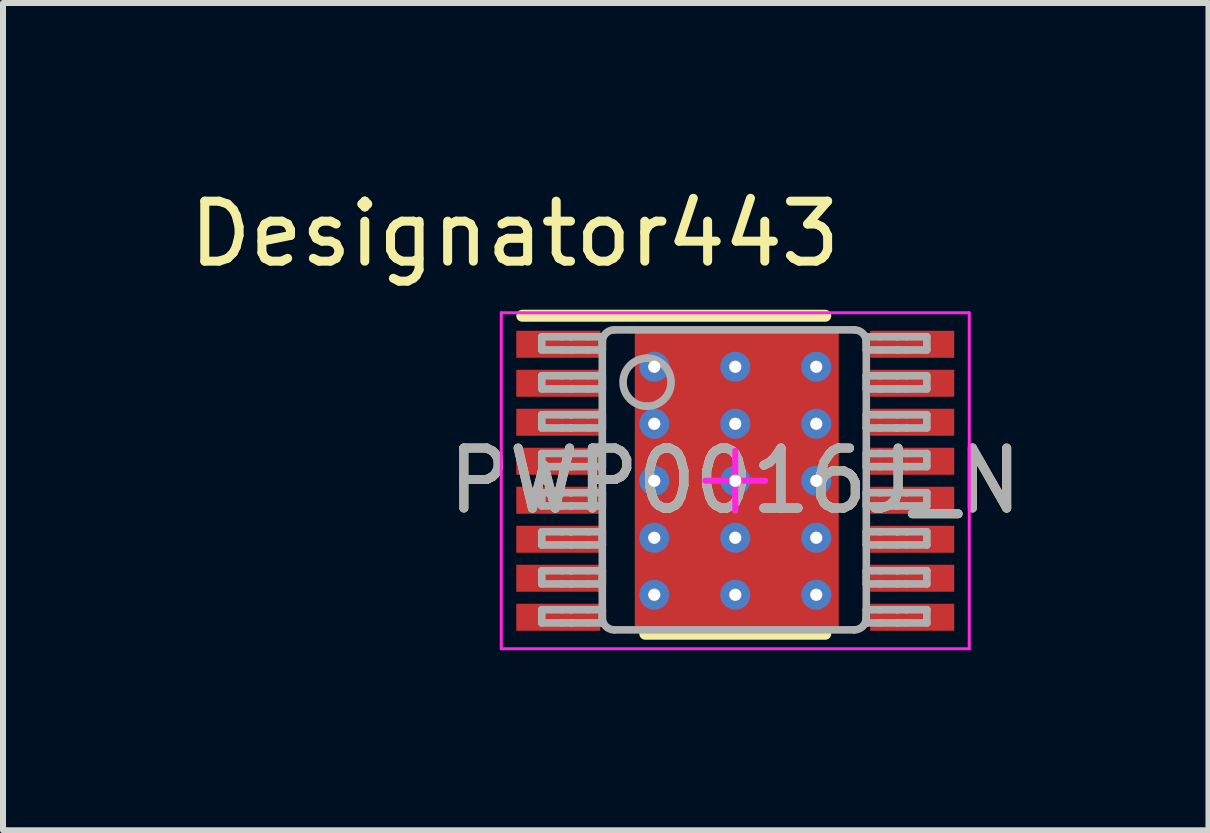
<source format=kicad_pcb>
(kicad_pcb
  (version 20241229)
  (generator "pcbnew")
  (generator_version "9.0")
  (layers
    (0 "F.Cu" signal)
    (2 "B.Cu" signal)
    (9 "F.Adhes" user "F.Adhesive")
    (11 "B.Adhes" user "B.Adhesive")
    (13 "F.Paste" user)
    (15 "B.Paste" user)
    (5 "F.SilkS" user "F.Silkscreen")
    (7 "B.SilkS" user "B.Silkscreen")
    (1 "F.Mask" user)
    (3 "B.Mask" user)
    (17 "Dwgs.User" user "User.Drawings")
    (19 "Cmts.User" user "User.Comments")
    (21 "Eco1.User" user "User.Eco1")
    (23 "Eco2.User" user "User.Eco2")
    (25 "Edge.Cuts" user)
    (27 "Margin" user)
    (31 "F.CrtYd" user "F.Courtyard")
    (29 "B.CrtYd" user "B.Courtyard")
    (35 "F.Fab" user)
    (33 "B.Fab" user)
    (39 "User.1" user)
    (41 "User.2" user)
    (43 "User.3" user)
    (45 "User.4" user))
  (footprint "PWP0016J_N"
    (layer "F.Cu")
    (at 9.205 4.963)
    (property "Reference" "PWP0016J_N" (at 0 0 0) (unlocked yes) (layer "F.SilkS") (effects (font (size 1 1) (thickness 0.15))))
    (attr smd)
    (fp_poly (pts (xy -1.23 1.726) (xy -1.23 -1.726) (xy -1.229 -1.735) (xy -1.226 -1.745) (xy -1.222 -1.753) (xy -1.216 -1.761) (xy -1.208 -1.767) (xy -1.2 -1.771) (xy -1.19 -1.774) (xy -1.181 -1.775) (xy 1.181 -1.775) (xy 1.19 -1.774) (xy 1.2 -1.771) (xy 1.208 -1.767) (xy 1.216 -1.761) (xy 1.222 -1.753) (xy 1.226 -1.745) (xy 1.229 -1.735) (xy 1.23 -1.726) (xy 1.23 1.726) (xy 1.229 1.735) (xy 1.226 1.745) (xy 1.222 1.753) (xy 1.216 1.761) (xy 1.208 1.767) (xy 1.2 1.771) (xy 1.19 1.774) (xy 1.181 1.775) (xy -1.181 1.775) (xy -1.19 1.774) (xy -1.2 1.771) (xy -1.208 1.767) (xy -1.216 1.761) (xy -1.222 1.753) (xy -1.226 1.745) (xy -1.229 1.735)) (stroke (width 0) (type solid)) (fill yes) (layer "F.Mask"))
    (fp_line (start -3.55 -2.75) (end 1.5 -2.75) (stroke (width 0.2) (type solid)) (layer "F.SilkS"))
    (fp_line (start -1.5 2.55) (end 1.5 2.55) (stroke (width 0.2) (type solid)) (layer "F.SilkS"))
    (fp_poly (pts (xy -1.23 1.726) (xy -1.23 -1.726) (xy -1.229 -1.735) (xy -1.226 -1.745) (xy -1.222 -1.753) (xy -1.216 -1.761) (xy -1.208 -1.767) (xy -1.2 -1.771) (xy -1.19 -1.774) (xy -1.181 -1.775) (xy 1.181 -1.775) (xy 1.19 -1.774) (xy 1.2 -1.771) (xy 1.208 -1.767) (xy 1.216 -1.761) (xy 1.222 -1.753) (xy 1.226 -1.745) (xy 1.229 -1.735) (xy 1.23 -1.726) (xy 1.23 1.726) (xy 1.229 1.735) (xy 1.226 1.745) (xy 1.222 1.753) (xy 1.216 1.761) (xy 1.208 1.767) (xy 1.2 1.771) (xy 1.19 1.774) (xy 1.181 1.775) (xy -1.181 1.775) (xy -1.19 1.774) (xy -1.2 1.771) (xy -1.208 1.767) (xy -1.216 1.761) (xy -1.222 1.753) (xy -1.226 1.745) (xy -1.229 1.735)) (stroke (width 0) (type solid)) (fill yes) (layer "F.Paste"))
    (fp_line (start -3.9 -2.8) (end 3.9 -2.8) (stroke (width 0.05) (type solid)) (layer "F.CrtYd"))
    (fp_line (start -3.9 2.8) (end -3.9 -2.8) (stroke (width 0.05) (type solid)) (layer "F.CrtYd"))
    (fp_line (start -3.9 2.8) (end 3.9 2.8) (stroke (width 0.05) (type solid)) (layer "F.CrtYd"))
    (fp_line (start -0.5 0) (end 0.5 0) (stroke (width 0.1) (type solid)) (layer "F.CrtYd"))
    (fp_line (start -0.000003 0.5) (end -0.000003 -0.5) (stroke (width 0.1) (type solid)) (layer "F.CrtYd"))
    (fp_line (start 3.9 2.8) (end 3.9 -2.8) (stroke (width 0.05) (type solid)) (layer "F.CrtYd"))
    (fp_line (start -3.225 -2.4) (end -2.887 -2.4) (stroke (width 0.127) (type solid)) (layer "F.Fab"))
    (fp_line (start -3.225 -2.18) (end -3.225 -2.4) (stroke (width 0.127) (type solid)) (layer "F.Fab"))
    (fp_line (start -3.225 -2.18) (end -2.887 -2.18) (stroke (width 0.127) (type solid)) (layer "F.Fab"))
    (fp_line (start -3.225 -1.75) (end -2.887 -1.75) (stroke (width 0.127) (type solid)) (layer "F.Fab"))
    (fp_line (start -3.225 -1.53) (end -3.225 -1.75) (stroke (width 0.127) (type solid)) (layer "F.Fab"))
    (fp_line (start -3.225 -1.53) (end -2.887 -1.53) (stroke (width 0.127) (type solid)) (layer "F.Fab"))
    (fp_line (start -3.225 -1.1) (end -2.887 -1.1) (stroke (width 0.127) (type solid)) (layer "F.Fab"))
    (fp_line (start -3.225 -0.88) (end -3.225 -1.1) (stroke (width 0.127) (type solid)) (layer "F.Fab"))
    (fp_line (start -3.225 -0.88) (end -2.887 -0.88) (stroke (width 0.127) (type solid)) (layer "F.Fab"))
    (fp_line (start -3.225 -0.455) (end -2.887 -0.455) (stroke (width 0.127) (type solid)) (layer "F.Fab"))
    (fp_line (start -3.225 -0.235) (end -3.225 -0.455) (stroke (width 0.127) (type solid)) (layer "F.Fab"))
    (fp_line (start -3.225 -0.235) (end -2.887 -0.235) (stroke (width 0.127) (type solid)) (layer "F.Fab"))
    (fp_line (start -3.225 0.2) (end -2.887 0.2) (stroke (width 0.127) (type solid)) (layer "F.Fab"))
    (fp_line (start -3.225 0.42) (end -3.225 0.2) (stroke (width 0.127) (type solid)) (layer "F.Fab"))
    (fp_line (start -3.225 0.42) (end -2.887 0.42) (stroke (width 0.127) (type solid)) (layer "F.Fab"))
    (fp_line (start -3.225 0.85) (end -2.887 0.85) (stroke (width 0.127) (type solid)) (layer "F.Fab"))
    (fp_line (start -3.225 1.07) (end -3.225 0.85) (stroke (width 0.127) (type solid)) (layer "F.Fab"))
    (fp_line (start -3.225 1.07) (end -2.887 1.07) (stroke (width 0.127) (type solid)) (layer "F.Fab"))
    (fp_line (start -3.225 1.5) (end -2.887 1.5) (stroke (width 0.127) (type solid)) (layer "F.Fab"))
    (fp_line (start -3.225 1.72) (end -3.225 1.5) (stroke (width 0.127) (type solid)) (layer "F.Fab"))
    (fp_line (start -3.225 1.72) (end -2.887 1.72) (stroke (width 0.127) (type solid)) (layer "F.Fab"))
    (fp_line (start -3.225 2.15) (end -2.887 2.15) (stroke (width 0.127) (type solid)) (layer "F.Fab"))
    (fp_line (start -3.225 2.37) (end -3.225 2.15) (stroke (width 0.127) (type solid)) (layer "F.Fab"))
    (fp_line (start -3.225 2.37) (end -2.887 2.37) (stroke (width 0.127) (type solid)) (layer "F.Fab"))
    (fp_line (start -2.887 -2.4) (end -2.739 -2.4) (stroke (width 0.127) (type solid)) (layer "F.Fab"))
    (fp_line (start -2.887 -2.18) (end -2.739 -2.18) (stroke (width 0.127) (type solid)) (layer "F.Fab"))
    (fp_line (start -2.887 -1.75) (end -2.739 -1.75) (stroke (width 0.127) (type solid)) (layer "F.Fab"))
    (fp_line (start -2.887 -1.53) (end -2.739 -1.53) (stroke (width 0.127) (type solid)) (layer "F.Fab"))
    (fp_line (start -2.887 -1.1) (end -2.739 -1.1) (stroke (width 0.127) (type solid)) (layer "F.Fab"))
    (fp_line (start -2.887 -0.88) (end -2.739 -0.88) (stroke (width 0.127) (type solid)) (layer "F.Fab"))
    (fp_line (start -2.887 -0.455) (end -2.739 -0.455) (stroke (width 0.127) (type solid)) (layer "F.Fab"))
    (fp_line (start -2.887 -0.235) (end -2.739 -0.235) (stroke (width 0.127) (type solid)) (layer "F.Fab"))
    (fp_line (start -2.887 0.2) (end -2.739 0.2) (stroke (width 0.127) (type solid)) (layer "F.Fab"))
    (fp_line (start -2.887 0.42) (end -2.739 0.42) (stroke (width 0.127) (type solid)) (layer "F.Fab"))
    (fp_line (start -2.887 0.85) (end -2.739 0.85) (stroke (width 0.127) (type solid)) (layer "F.Fab"))
    (fp_line (start -2.887 1.07) (end -2.739 1.07) (stroke (width 0.127) (type solid)) (layer "F.Fab"))
    (fp_line (start -2.887 1.5) (end -2.739 1.5) (stroke (width 0.127) (type solid)) (layer "F.Fab"))
    (fp_line (start -2.887 1.72) (end -2.739 1.72) (stroke (width 0.127) (type solid)) (layer "F.Fab"))
    (fp_line (start -2.887 2.15) (end -2.739 2.15) (stroke (width 0.127) (type solid)) (layer "F.Fab"))
    (fp_line (start -2.887 2.37) (end -2.739 2.37) (stroke (width 0.127) (type solid)) (layer "F.Fab"))
    (fp_line (start -2.739 -2.4) (end -2.73 -2.4) (stroke (width 0.127) (type solid)) (layer "F.Fab"))
    (fp_line (start -2.739 -2.18) (end -2.73 -2.18) (stroke (width 0.127) (type solid)) (layer "F.Fab"))
    (fp_line (start -2.739 -1.75) (end -2.73 -1.75) (stroke (width 0.127) (type solid)) (layer "F.Fab"))
    (fp_line (start -2.739 -1.53) (end -2.73 -1.53) (stroke (width 0.127) (type solid)) (layer "F.Fab"))
    (fp_line (start -2.739 -1.1) (end -2.73 -1.1) (stroke (width 0.127) (type solid)) (layer "F.Fab"))
    (fp_line (start -2.739 -0.88) (end -2.73 -0.88) (stroke (width 0.127) (type solid)) (layer "F.Fab"))
    (fp_line (start -2.739 -0.455) (end -2.73 -0.455) (stroke (width 0.127) (type solid)) (layer "F.Fab"))
    (fp_line (start -2.739 -0.235) (end -2.73 -0.235) (stroke (width 0.127) (type solid)) (layer "F.Fab"))
    (fp_line (start -2.739 0.2) (end -2.73 0.2) (stroke (width 0.127) (type solid)) (layer "F.Fab"))
    (fp_line (start -2.739 0.42) (end -2.73 0.42) (stroke (width 0.127) (type solid)) (layer "F.Fab"))
    (fp_line (start -2.739 0.85) (end -2.73 0.85) (stroke (width 0.127) (type solid)) (layer "F.Fab"))
    (fp_line (start -2.739 1.07) (end -2.73 1.07) (stroke (width 0.127) (type solid)) (layer "F.Fab"))
    (fp_line (start -2.739 1.5) (end -2.73 1.5) (stroke (width 0.127) (type solid)) (layer "F.Fab"))
    (fp_line (start -2.739 1.72) (end -2.73 1.72) (stroke (width 0.127) (type solid)) (layer "F.Fab"))
    (fp_line (start -2.739 2.15) (end -2.73 2.15) (stroke (width 0.127) (type solid)) (layer "F.Fab"))
    (fp_line (start -2.739 2.37) (end -2.73 2.37) (stroke (width 0.127) (type solid)) (layer "F.Fab"))
    (fp_line (start -2.73 -2.4) (end -2.446 -2.4) (stroke (width 0.127) (type solid)) (layer "F.Fab"))
    (fp_line (start -2.73 -2.18) (end -2.446 -2.18) (stroke (width 0.127) (type solid)) (layer "F.Fab"))
    (fp_line (start -2.73 -1.75) (end -2.446 -1.75) (stroke (width 0.127) (type solid)) (layer "F.Fab"))
    (fp_line (start -2.73 -1.53) (end -2.446 -1.53) (stroke (width 0.127) (type solid)) (layer "F.Fab"))
    (fp_line (start -2.73 -1.1) (end -2.446 -1.1) (stroke (width 0.127) (type solid)) (layer "F.Fab"))
    (fp_line (start -2.73 -0.88) (end -2.446 -0.88) (stroke (width 0.127) (type solid)) (layer "F.Fab"))
    (fp_line (start -2.73 -0.455) (end -2.446 -0.455) (stroke (width 0.127) (type solid)) (layer "F.Fab"))
    (fp_line (start -2.73 -0.235) (end -2.446 -0.235) (stroke (width 0.127) (type solid)) (layer "F.Fab"))
    (fp_line (start -2.73 0.2) (end -2.446 0.2) (stroke (width 0.127) (type solid)) (layer "F.Fab"))
    (fp_line (start -2.73 0.42) (end -2.446 0.42) (stroke (width 0.127) (type solid)) (layer "F.Fab"))
    (fp_line (start -2.73 0.85) (end -2.446 0.85) (stroke (width 0.127) (type solid)) (layer "F.Fab"))
    (fp_line (start -2.73 1.07) (end -2.446 1.07) (stroke (width 0.127) (type solid)) (layer "F.Fab"))
    (fp_line (start -2.73 1.5) (end -2.446 1.5) (stroke (width 0.127) (type solid)) (layer "F.Fab"))
    (fp_line (start -2.73 1.72) (end -2.446 1.72) (stroke (width 0.127) (type solid)) (layer "F.Fab"))
    (fp_line (start -2.73 2.15) (end -2.446 2.15) (stroke (width 0.127) (type solid)) (layer "F.Fab"))
    (fp_line (start -2.73 2.37) (end -2.446 2.37) (stroke (width 0.127) (type solid)) (layer "F.Fab"))
    (fp_line (start -2.446 -2.4) (end -2.216 -2.4) (stroke (width 0.127) (type solid)) (layer "F.Fab"))
    (fp_line (start -2.446 -2.18) (end -2.216 -2.18) (stroke (width 0.127) (type solid)) (layer "F.Fab"))
    (fp_line (start -2.446 -1.75) (end -2.216 -1.75) (stroke (width 0.127) (type solid)) (layer "F.Fab"))
    (fp_line (start -2.446 -1.53) (end -2.216 -1.53) (stroke (width 0.127) (type solid)) (layer "F.Fab"))
    (fp_line (start -2.446 -1.1) (end -2.216 -1.1) (stroke (width 0.127) (type solid)) (layer "F.Fab"))
    (fp_line (start -2.446 -0.88) (end -2.216 -0.88) (stroke (width 0.127) (type solid)) (layer "F.Fab"))
    (fp_line (start -2.446 -0.455) (end -2.216 -0.455) (stroke (width 0.127) (type solid)) (layer "F.Fab"))
    (fp_line (start -2.446 -0.235) (end -2.216 -0.235) (stroke (width 0.127) (type solid)) (layer "F.Fab"))
    (fp_line (start -2.446 0.2) (end -2.216 0.2) (stroke (width 0.127) (type solid)) (layer "F.Fab"))
    (fp_line (start -2.446 0.42) (end -2.216 0.42) (stroke (width 0.127) (type solid)) (layer "F.Fab"))
    (fp_line (start -2.446 0.85) (end -2.216 0.85) (stroke (width 0.127) (type solid)) (layer "F.Fab"))
    (fp_line (start -2.446 1.07) (end -2.216 1.07) (stroke (width 0.127) (type solid)) (layer "F.Fab"))
    (fp_line (start -2.446 1.5) (end -2.216 1.5) (stroke (width 0.127) (type solid)) (layer "F.Fab"))
    (fp_line (start -2.446 1.72) (end -2.216 1.72) (stroke (width 0.127) (type solid)) (layer "F.Fab"))
    (fp_line (start -2.446 2.15) (end -2.216 2.15) (stroke (width 0.127) (type solid)) (layer "F.Fab"))
    (fp_line (start -2.446 2.37) (end -2.216 2.37) (stroke (width 0.127) (type solid)) (layer "F.Fab"))
    (fp_line (start -2.216 -2.18) (end -2.216 -2.4) (stroke (width 0.127) (type solid)) (layer "F.Fab"))
    (fp_line (start -2.216 -1.53) (end -2.216 -1.75) (stroke (width 0.127) (type solid)) (layer "F.Fab"))
    (fp_line (start -2.216 -0.88) (end -2.216 -1.1) (stroke (width 0.127) (type solid)) (layer "F.Fab"))
    (fp_line (start -2.216 -0.235) (end -2.216 -0.455) (stroke (width 0.127) (type solid)) (layer "F.Fab"))
    (fp_line (start -2.216 0.42) (end -2.216 0.2) (stroke (width 0.127) (type solid)) (layer "F.Fab"))
    (fp_line (start -2.216 1.07) (end -2.216 0.85) (stroke (width 0.127) (type solid)) (layer "F.Fab"))
    (fp_line (start -2.216 1.72) (end -2.216 1.5) (stroke (width 0.127) (type solid)) (layer "F.Fab"))
    (fp_line (start -2.216 2.285) (end -2.216 -2.315) (stroke (width 0.127) (type solid)) (layer "F.Fab"))
    (fp_line (start -2.216 2.37) (end -2.216 2.15) (stroke (width 0.127) (type solid)) (layer "F.Fab"))
    (fp_line (start -2.016 -2.515) (end 1.984 -2.515) (stroke (width 0.127) (type solid)) (layer "F.Fab"))
    (fp_line (start -2.016 2.485) (end 1.984 2.485) (stroke (width 0.127) (type solid)) (layer "F.Fab"))
    (fp_line (start 2.184 -2.4) (end 2.413 -2.4) (stroke (width 0.127) (type solid)) (layer "F.Fab"))
    (fp_line (start 2.184 -2.18) (end 2.184 -2.4) (stroke (width 0.127) (type solid)) (layer "F.Fab"))
    (fp_line (start 2.184 -2.18) (end 2.413 -2.18) (stroke (width 0.127) (type solid)) (layer "F.Fab"))
    (fp_line (start 2.184 -1.75) (end 2.413 -1.75) (stroke (width 0.127) (type solid)) (layer "F.Fab"))
    (fp_line (start 2.184 -1.53) (end 2.184 -1.75) (stroke (width 0.127) (type solid)) (layer "F.Fab"))
    (fp_line (start 2.184 -1.53) (end 2.413 -1.53) (stroke (width 0.127) (type solid)) (layer "F.Fab"))
    (fp_line (start 2.184 -1.1) (end 2.413 -1.1) (stroke (width 0.127) (type solid)) (layer "F.Fab"))
    (fp_line (start 2.184 -0.88) (end 2.184 -1.1) (stroke (width 0.127) (type solid)) (layer "F.Fab"))
    (fp_line (start 2.184 -0.88) (end 2.413 -0.88) (stroke (width 0.127) (type solid)) (layer "F.Fab"))
    (fp_line (start 2.184 -0.455) (end 2.413 -0.455) (stroke (width 0.127) (type solid)) (layer "F.Fab"))
    (fp_line (start 2.184 -0.235) (end 2.184 -0.455) (stroke (width 0.127) (type solid)) (layer "F.Fab"))
    (fp_line (start 2.184 -0.235) (end 2.413 -0.235) (stroke (width 0.127) (type solid)) (layer "F.Fab"))
    (fp_line (start 2.184 0.2) (end 2.413 0.2) (stroke (width 0.127) (type solid)) (layer "F.Fab"))
    (fp_line (start 2.184 0.42) (end 2.184 0.2) (stroke (width 0.127) (type solid)) (layer "F.Fab"))
    (fp_line (start 2.184 0.42) (end 2.413 0.42) (stroke (width 0.127) (type solid)) (layer "F.Fab"))
    (fp_line (start 2.184 0.85) (end 2.413 0.85) (stroke (width 0.127) (type solid)) (layer "F.Fab"))
    (fp_line (start 2.184 1.07) (end 2.184 0.85) (stroke (width 0.127) (type solid)) (layer "F.Fab"))
    (fp_line (start 2.184 1.07) (end 2.413 1.07) (stroke (width 0.127) (type solid)) (layer "F.Fab"))
    (fp_line (start 2.184 1.5) (end 2.413 1.5) (stroke (width 0.127) (type solid)) (layer "F.Fab"))
    (fp_line (start 2.184 1.72) (end 2.184 1.5) (stroke (width 0.127) (type solid)) (layer "F.Fab"))
    (fp_line (start 2.184 1.72) (end 2.413 1.72) (stroke (width 0.127) (type solid)) (layer "F.Fab"))
    (fp_line (start 2.184 2.15) (end 2.413 2.15) (stroke (width 0.127) (type solid)) (layer "F.Fab"))
    (fp_line (start 2.184 2.285) (end 2.184 -2.315) (stroke (width 0.127) (type solid)) (layer "F.Fab"))
    (fp_line (start 2.184 2.37) (end 2.184 2.15) (stroke (width 0.127) (type solid)) (layer "F.Fab"))
    (fp_line (start 2.184 2.37) (end 2.413 2.37) (stroke (width 0.127) (type solid)) (layer "F.Fab"))
    (fp_line (start 2.413 -2.4) (end 2.698 -2.4) (stroke (width 0.127) (type solid)) (layer "F.Fab"))
    (fp_line (start 2.413 -2.18) (end 2.698 -2.18) (stroke (width 0.127) (type solid)) (layer "F.Fab"))
    (fp_line (start 2.413 -1.75) (end 2.698 -1.75) (stroke (width 0.127) (type solid)) (layer "F.Fab"))
    (fp_line (start 2.413 -1.53) (end 2.698 -1.53) (stroke (width 0.127) (type solid)) (layer "F.Fab"))
    (fp_line (start 2.413 -1.1) (end 2.698 -1.1) (stroke (width 0.127) (type solid)) (layer "F.Fab"))
    (fp_line (start 2.413 -0.88) (end 2.698 -0.88) (stroke (width 0.127) (type solid)) (layer "F.Fab"))
    (fp_line (start 2.413 -0.455) (end 2.698 -0.455) (stroke (width 0.127) (type solid)) (layer "F.Fab"))
    (fp_line (start 2.413 -0.235) (end 2.698 -0.235) (stroke (width 0.127) (type solid)) (layer "F.Fab"))
    (fp_line (start 2.413 0.2) (end 2.698 0.2) (stroke (width 0.127) (type solid)) (layer "F.Fab"))
    (fp_line (start 2.413 0.42) (end 2.698 0.42) (stroke (width 0.127) (type solid)) (layer "F.Fab"))
    (fp_line (start 2.413 0.85) (end 2.698 0.85) (stroke (width 0.127) (type solid)) (layer "F.Fab"))
    (fp_line (start 2.413 1.07) (end 2.698 1.07) (stroke (width 0.127) (type solid)) (layer "F.Fab"))
    (fp_line (start 2.413 1.5) (end 2.698 1.5) (stroke (width 0.127) (type solid)) (layer "F.Fab"))
    (fp_line (start 2.413 1.72) (end 2.698 1.72) (stroke (width 0.127) (type solid)) (layer "F.Fab"))
    (fp_line (start 2.413 2.15) (end 2.698 2.15) (stroke (width 0.127) (type solid)) (layer "F.Fab"))
    (fp_line (start 2.413 2.37) (end 2.698 2.37) (stroke (width 0.127) (type solid)) (layer "F.Fab"))
    (fp_line (start 2.698 -2.4) (end 2.707 -2.4) (stroke (width 0.127) (type solid)) (layer "F.Fab"))
    (fp_line (start 2.698 -2.18) (end 2.707 -2.18) (stroke (width 0.127) (type solid)) (layer "F.Fab"))
    (fp_line (start 2.698 -1.75) (end 2.707 -1.75) (stroke (width 0.127) (type solid)) (layer "F.Fab"))
    (fp_line (start 2.698 -1.53) (end 2.707 -1.53) (stroke (width 0.127) (type solid)) (layer "F.Fab"))
    (fp_line (start 2.698 -1.1) (end 2.707 -1.1) (stroke (width 0.127) (type solid)) (layer "F.Fab"))
    (fp_line (start 2.698 -0.88) (end 2.707 -0.88) (stroke (width 0.127) (type solid)) (layer "F.Fab"))
    (fp_line (start 2.698 -0.455) (end 2.707 -0.455) (stroke (width 0.127) (type solid)) (layer "F.Fab"))
    (fp_line (start 2.698 -0.235) (end 2.707 -0.235) (stroke (width 0.127) (type solid)) (layer "F.Fab"))
    (fp_line (start 2.698 0.2) (end 2.707 0.2) (stroke (width 0.127) (type solid)) (layer "F.Fab"))
    (fp_line (start 2.698 0.42) (end 2.707 0.42) (stroke (width 0.127) (type solid)) (layer "F.Fab"))
    (fp_line (start 2.698 0.85) (end 2.707 0.85) (stroke (width 0.127) (type solid)) (layer "F.Fab"))
    (fp_line (start 2.698 1.07) (end 2.707 1.07) (stroke (width 0.127) (type solid)) (layer "F.Fab"))
    (fp_line (start 2.698 1.5) (end 2.707 1.5) (stroke (width 0.127) (type solid)) (layer "F.Fab"))
    (fp_line (start 2.698 1.72) (end 2.707 1.72) (stroke (width 0.127) (type solid)) (layer "F.Fab"))
    (fp_line (start 2.698 2.15) (end 2.707 2.15) (stroke (width 0.127) (type solid)) (layer "F.Fab"))
    (fp_line (start 2.698 2.37) (end 2.707 2.37) (stroke (width 0.127) (type solid)) (layer "F.Fab"))
    (fp_line (start 2.707 -2.4) (end 2.854 -2.4) (stroke (width 0.127) (type solid)) (layer "F.Fab"))
    (fp_line (start 2.707 -2.18) (end 2.854 -2.18) (stroke (width 0.127) (type solid)) (layer "F.Fab"))
    (fp_line (start 2.707 -1.75) (end 2.854 -1.75) (stroke (width 0.127) (type solid)) (layer "F.Fab"))
    (fp_line (start 2.707 -1.53) (end 2.854 -1.53) (stroke (width 0.127) (type solid)) (layer "F.Fab"))
    (fp_line (start 2.707 -1.1) (end 2.854 -1.1) (stroke (width 0.127) (type solid)) (layer "F.Fab"))
    (fp_line (start 2.707 -0.88) (end 2.854 -0.88) (stroke (width 0.127) (type solid)) (layer "F.Fab"))
    (fp_line (start 2.707 -0.455) (end 2.854 -0.455) (stroke (width 0.127) (type solid)) (layer "F.Fab"))
    (fp_line (start 2.707 -0.235) (end 2.854 -0.235) (stroke (width 0.127) (type solid)) (layer "F.Fab"))
    (fp_line (start 2.707 0.2) (end 2.854 0.2) (stroke (width 0.127) (type solid)) (layer "F.Fab"))
    (fp_line (start 2.707 0.42) (end 2.854 0.42) (stroke (width 0.127) (type solid)) (layer "F.Fab"))
    (fp_line (start 2.707 0.85) (end 2.854 0.85) (stroke (width 0.127) (type solid)) (layer "F.Fab"))
    (fp_line (start 2.707 1.07) (end 2.854 1.07) (stroke (width 0.127) (type solid)) (layer "F.Fab"))
    (fp_line (start 2.707 1.5) (end 2.854 1.5) (stroke (width 0.127) (type solid)) (layer "F.Fab"))
    (fp_line (start 2.707 1.72) (end 2.854 1.72) (stroke (width 0.127) (type solid)) (layer "F.Fab"))
    (fp_line (start 2.707 2.15) (end 2.854 2.15) (stroke (width 0.127) (type solid)) (layer "F.Fab"))
    (fp_line (start 2.707 2.37) (end 2.854 2.37) (stroke (width 0.127) (type solid)) (layer "F.Fab"))
    (fp_line (start 2.854 -2.4) (end 3.193 -2.4) (stroke (width 0.127) (type solid)) (layer "F.Fab"))
    (fp_line (start 2.854 -2.18) (end 3.193 -2.18) (stroke (width 0.127) (type solid)) (layer "F.Fab"))
    (fp_line (start 2.854 -1.75) (end 3.193 -1.75) (stroke (width 0.127) (type solid)) (layer "F.Fab"))
    (fp_line (start 2.854 -1.53) (end 3.193 -1.53) (stroke (width 0.127) (type solid)) (layer "F.Fab"))
    (fp_line (start 2.854 -1.1) (end 3.193 -1.1) (stroke (width 0.127) (type solid)) (layer "F.Fab"))
    (fp_line (start 2.854 -0.88) (end 3.193 -0.88) (stroke (width 0.127) (type solid)) (layer "F.Fab"))
    (fp_line (start 2.854 -0.455) (end 3.193 -0.455) (stroke (width 0.127) (type solid)) (layer "F.Fab"))
    (fp_line (start 2.854 -0.235) (end 3.193 -0.235) (stroke (width 0.127) (type solid)) (layer "F.Fab"))
    (fp_line (start 2.854 0.2) (end 3.193 0.2) (stroke (width 0.127) (type solid)) (layer "F.Fab"))
    (fp_line (start 2.854 0.42) (end 3.193 0.42) (stroke (width 0.127) (type solid)) (layer "F.Fab"))
    (fp_line (start 2.854 0.85) (end 3.193 0.85) (stroke (width 0.127) (type solid)) (layer "F.Fab"))
    (fp_line (start 2.854 1.07) (end 3.193 1.07) (stroke (width 0.127) (type solid)) (layer "F.Fab"))
    (fp_line (start 2.854 1.5) (end 3.193 1.5) (stroke (width 0.127) (type solid)) (layer "F.Fab"))
    (fp_line (start 2.854 1.72) (end 3.193 1.72) (stroke (width 0.127) (type solid)) (layer "F.Fab"))
    (fp_line (start 2.854 2.15) (end 3.193 2.15) (stroke (width 0.127) (type solid)) (layer "F.Fab"))
    (fp_line (start 2.854 2.37) (end 3.193 2.37) (stroke (width 0.127) (type solid)) (layer "F.Fab"))
    (fp_line (start 3.193 -2.18) (end 3.193 -2.4) (stroke (width 0.127) (type solid)) (layer "F.Fab"))
    (fp_line (start 3.193 -1.53) (end 3.193 -1.75) (stroke (width 0.127) (type solid)) (layer "F.Fab"))
    (fp_line (start 3.193 -0.88) (end 3.193 -1.1) (stroke (width 0.127) (type solid)) (layer "F.Fab"))
    (fp_line (start 3.193 -0.235) (end 3.193 -0.455) (stroke (width 0.127) (type solid)) (layer "F.Fab"))
    (fp_line (start 3.193 0.42) (end 3.193 0.2) (stroke (width 0.127) (type solid)) (layer "F.Fab"))
    (fp_line (start 3.193 1.07) (end 3.193 0.85) (stroke (width 0.127) (type solid)) (layer "F.Fab"))
    (fp_line (start 3.193 1.72) (end 3.193 1.5) (stroke (width 0.127) (type solid)) (layer "F.Fab"))
    (fp_line (start 3.193 2.37) (end 3.193 2.15) (stroke (width 0.127) (type solid)) (layer "F.Fab"))
    (fp_arc (start -2.216137 -2.314986) (mid -2.157559 -2.456407) (end -2.016138 -2.514986) (stroke (width 0.127) (type solid)) (layer "F.Fab"))
    (fp_arc (start -2.016137 2.485004) (mid -2.157559 2.426426) (end -2.216137 2.285004) (stroke (width 0.127) (type solid)) (layer "F.Fab"))
    (fp_arc (start -1.470139 -2.041987) (mid -1.07014 -1.641988) (end -1.470139 -1.241989) (stroke (width 0.127) (type solid)) (layer "F.Fab"))
    (fp_arc (start -1.470139 -1.241989) (mid -1.870139 -1.641988) (end -1.470139 -2.041987) (stroke (width 0.127) (type solid)) (layer "F.Fab"))
    (fp_arc (start 1.983854 -2.514986) (mid 2.125275 -2.456408) (end 2.183854 -2.314986) (stroke (width 0.127) (type solid)) (layer "F.Fab"))
    (fp_arc (start 2.183854 2.285004) (mid 2.125275 2.426425) (end 1.983854 2.485004) (stroke (width 0.127) (type solid)) (layer "F.Fab"))
    (fp_text user "Designator443" (at -3.675 -4.115 0) (unlocked yes) (layer "F.SilkS") (effects (font (size 1 1) (thickness 0.15))))
    (fp_text user "${REFERENCE}" (at 0 0 0) (unlocked yes) (layer "F.Fab") (effects (font (size 1 1) (thickness 0.15))))
    (pad "1" smd rect (at -2.95 -2.275 90) (size 0.45 1.4) (layers "F.Cu" "F.Mask" "F.Paste"))
    (pad "2" smd rect (at -2.95 -1.625 90) (size 0.45 1.4) (layers "F.Cu" "F.Mask" "F.Paste"))
    (pad "3" smd rect (at -2.95 -0.975 90) (size 0.45 1.4) (layers "F.Cu" "F.Mask" "F.Paste"))
    (pad "4" smd rect (at -2.95 -0.325 90) (size 0.45 1.4) (layers "F.Cu" "F.Mask" "F.Paste"))
    (pad "5" smd rect (at -2.95 0.325 90) (size 0.45 1.4) (layers "F.Cu" "F.Mask" "F.Paste"))
    (pad "6" smd rect (at -2.95 0.975 90) (size 0.45 1.4) (layers "F.Cu" "F.Mask" "F.Paste"))
    (pad "7" smd rect (at -2.95 1.625 90) (size 0.45 1.4) (layers "F.Cu" "F.Mask" "F.Paste"))
    (pad "8" smd rect (at -2.95 2.275 90) (size 0.45 1.4) (layers "F.Cu" "F.Mask" "F.Paste"))
    (pad "9" smd rect (at 2.95 2.275 90) (size 0.45 1.4) (layers "F.Cu" "F.Mask" "F.Paste"))
    (pad "10" smd rect (at 2.95 1.625 90) (size 0.45 1.4) (layers "F.Cu" "F.Mask" "F.Paste"))
    (pad "11" smd rect (at 2.95 0.975 90) (size 0.45 1.4) (layers "F.Cu" "F.Mask" "F.Paste"))
    (pad "12" smd rect (at 2.95 0.325 90) (size 0.45 1.4) (layers "F.Cu" "F.Mask" "F.Paste"))
    (pad "13" smd rect (at 2.95 -0.325 90) (size 0.45 1.4) (layers "F.Cu" "F.Mask" "F.Paste"))
    (pad "14" smd rect (at 2.95 -0.975 90) (size 0.45 1.4) (layers "F.Cu" "F.Mask" "F.Paste"))
    (pad "15" smd rect (at 2.95 -1.625 90) (size 0.45 1.4) (layers "F.Cu" "F.Mask" "F.Paste"))
    (pad "16" smd rect (at 2.95 -2.275 90) (size 0.45 1.4) (layers "F.Cu" "F.Mask" "F.Paste"))
    (pad "17" smd rect (at 0.025 0) (size 3.4 5) (layers "F.Cu" "F.Mask" "F.Paste"))
    (pad "18" thru_hole circle (at 0 0) (size 0.5 0.5) (drill 0.203) (layers "*.Cu" "*.Mask"))
    (pad "19" thru_hole circle (at 0 0.95) (size 0.5 0.5) (drill 0.203) (layers "*.Cu" "*.Mask"))
    (pad "20" thru_hole circle (at 0 -0.95) (size 0.5 0.5) (drill 0.203) (layers "*.Cu" "*.Mask"))
    (pad "21" thru_hole circle (at 0 -1.9) (size 0.5 0.5) (drill 0.203) (layers "*.Cu" "*.Mask"))
    (pad "22" thru_hole circle (at 0 1.9) (size 0.5 0.5) (drill 0.203) (layers "*.Cu" "*.Mask"))
    (pad "23" thru_hole circle (at 1.35 1.9) (size 0.5 0.5) (drill 0.203) (layers "*.Cu" "*.Mask"))
    (pad "24" thru_hole circle (at 1.35 -1.9) (size 0.5 0.5) (drill 0.203) (layers "*.Cu" "*.Mask"))
    (pad "25" thru_hole circle (at 1.35 -0.95) (size 0.5 0.5) (drill 0.203) (layers "*.Cu" "*.Mask"))
    (pad "26" thru_hole circle (at 1.35 0.95) (size 0.5 0.5) (drill 0.203) (layers "*.Cu" "*.Mask"))
    (pad "27" thru_hole circle (at 1.35 0) (size 0.5 0.5) (drill 0.203) (layers "*.Cu" "*.Mask"))
    (pad "28" thru_hole circle (at -1.35 0) (size 0.5 0.5) (drill 0.203) (layers "*.Cu" "*.Mask"))
    (pad "29" thru_hole circle (at -1.35 0.95) (size 0.5 0.5) (drill 0.203) (layers "*.Cu" "*.Mask"))
    (pad "30" thru_hole circle (at -1.35 -0.95) (size 0.5 0.5) (drill 0.203) (layers "*.Cu" "*.Mask"))
    (pad "31" thru_hole circle (at -1.35 -1.9) (size 0.5 0.5) (drill 0.203) (layers "*.Cu" "*.Mask"))
    (pad "32" thru_hole circle (at -1.35 1.9) (size 0.5 0.5) (drill 0.203) (layers "*.Cu" "*.Mask")))
  (gr_rect
    (start -3 -3)
    (end 17.092 10.788)
    (stroke (width 0.1) (type default))
    (fill no)
    (layer "Edge.Cuts")))
</source>
